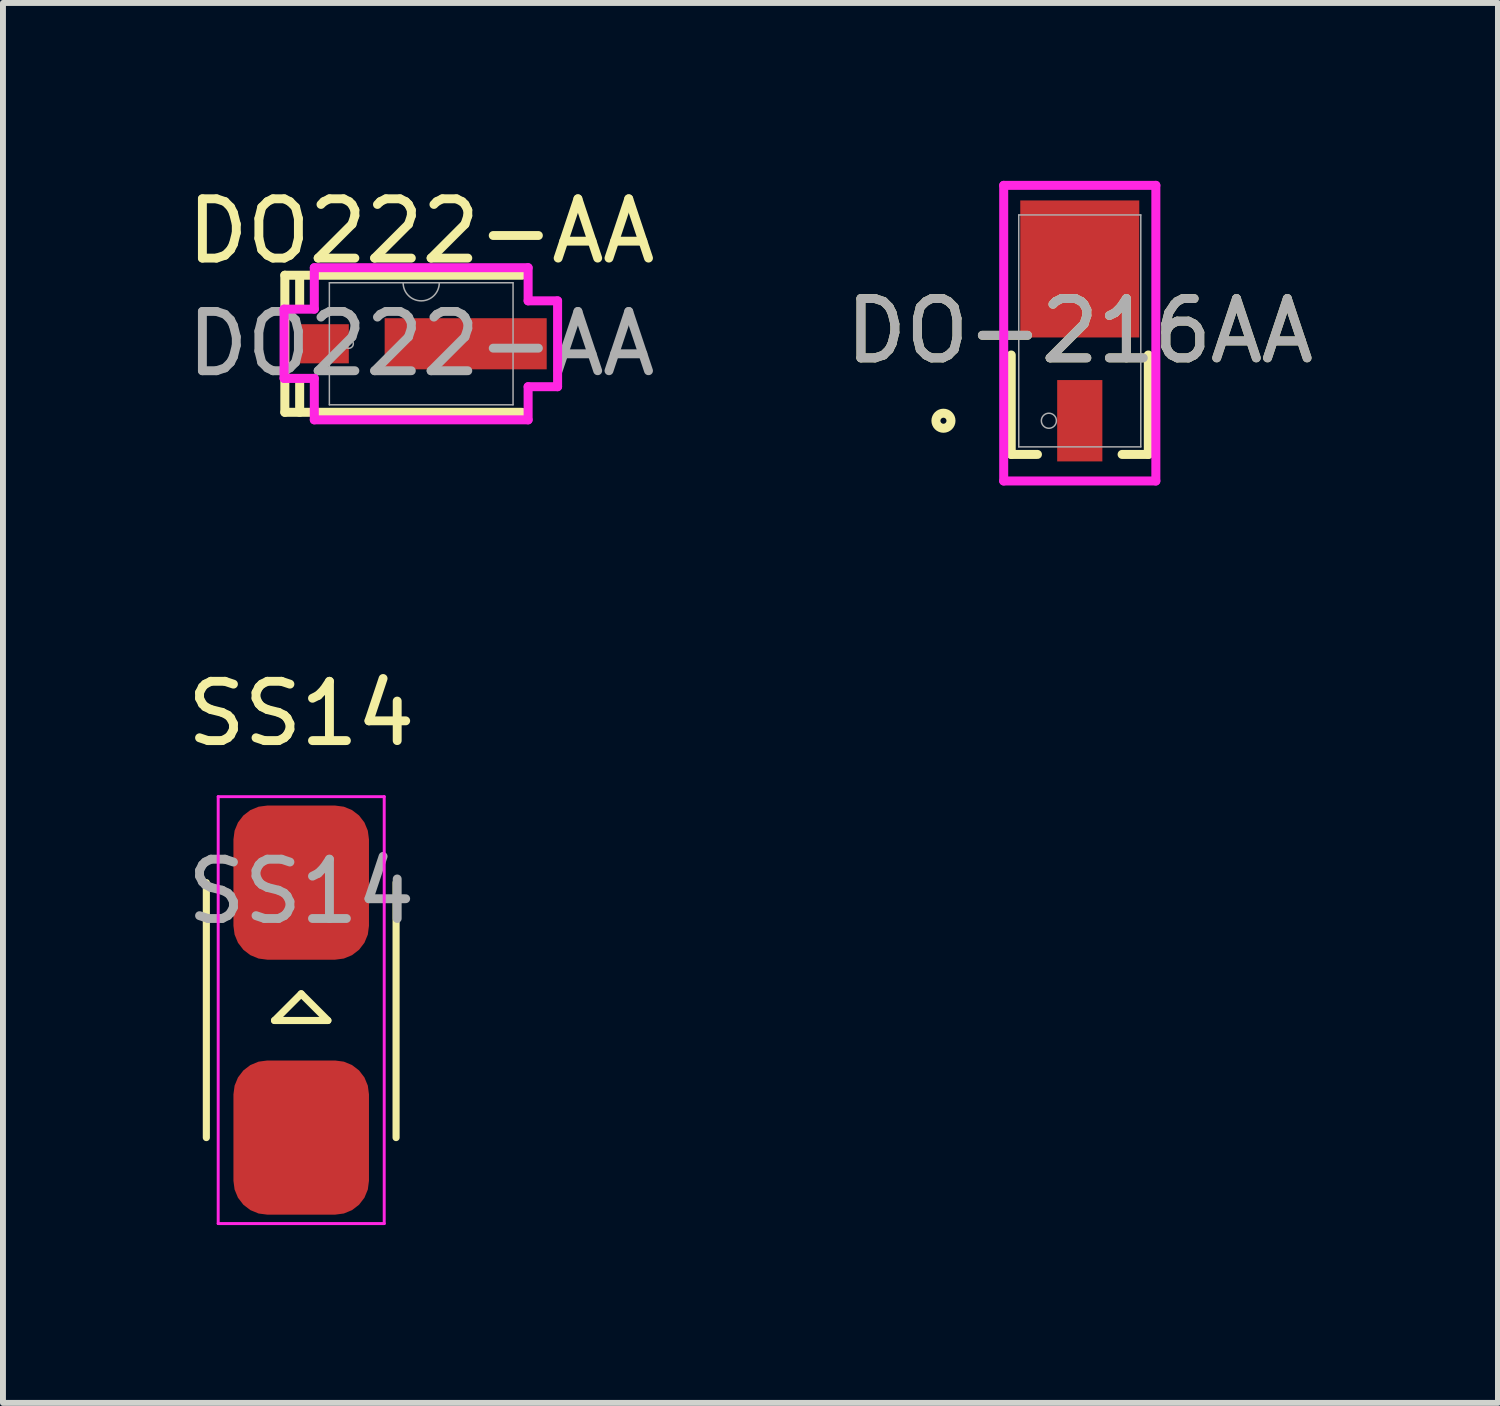
<source format=kicad_pcb>
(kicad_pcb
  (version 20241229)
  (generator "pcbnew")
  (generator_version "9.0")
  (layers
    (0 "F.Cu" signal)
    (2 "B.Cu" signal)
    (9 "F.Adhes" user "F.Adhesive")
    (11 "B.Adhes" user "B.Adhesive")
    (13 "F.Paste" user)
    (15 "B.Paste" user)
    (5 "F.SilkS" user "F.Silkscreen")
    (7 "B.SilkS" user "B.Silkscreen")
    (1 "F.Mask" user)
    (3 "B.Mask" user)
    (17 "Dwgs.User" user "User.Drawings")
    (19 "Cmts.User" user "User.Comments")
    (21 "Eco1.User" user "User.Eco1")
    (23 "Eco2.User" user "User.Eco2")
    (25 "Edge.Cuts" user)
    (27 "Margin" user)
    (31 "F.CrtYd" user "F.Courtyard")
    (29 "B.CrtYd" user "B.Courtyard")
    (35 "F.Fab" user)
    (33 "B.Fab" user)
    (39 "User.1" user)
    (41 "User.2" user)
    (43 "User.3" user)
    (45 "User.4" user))
  (footprint "DO222-AA"
    (layer "F.Cu")
    (at 4.054 2.748)
    (property "Reference" "DO222-AA" (at 0 -1.9 0) (unlocked yes) (layer "F.SilkS") (effects (font (size 1 1) (thickness 0.15))))
    (attr smd)
    (fp_line (start -2.3 -1.156) (end 1.7 -1.156) (stroke (width 0.152) (type solid)) (layer "F.SilkS"))
    (fp_line (start -2.3 1.156) (end -2.3 -1.156) (stroke (width 0.152) (type solid)) (layer "F.SilkS"))
    (fp_line (start -2.05 -0.657) (end -2.05 -1.15) (stroke (width 0.152) (type solid)) (layer "F.SilkS"))
    (fp_line (start -2.05 1.156) (end -2.05 0.663) (stroke (width 0.152) (type solid)) (layer "F.SilkS"))
    (fp_line (start 1.7 1.156) (end -2.3 1.156) (stroke (width 0.152) (type solid)) (layer "F.SilkS"))
    (fp_line (start -2.313 -0.584) (end -2.313 0.584) (stroke (width 0.152) (type solid)) (layer "F.CrtYd"))
    (fp_line (start -2.313 0.584) (end -1.803 0.584) (stroke (width 0.152) (type solid)) (layer "F.CrtYd"))
    (fp_line (start -1.803 -1.283) (end -1.803 -0.584) (stroke (width 0.152) (type solid)) (layer "F.CrtYd"))
    (fp_line (start -1.803 -0.584) (end -2.313 -0.584) (stroke (width 0.152) (type solid)) (layer "F.CrtYd"))
    (fp_line (start -1.803 0.584) (end -1.803 1.283) (stroke (width 0.152) (type solid)) (layer "F.CrtYd"))
    (fp_line (start -1.803 1.283) (end 1.803 1.283) (stroke (width 0.152) (type solid)) (layer "F.CrtYd"))
    (fp_line (start 1.803 -1.283) (end -1.803 -1.283) (stroke (width 0.152) (type solid)) (layer "F.CrtYd"))
    (fp_line (start 1.803 -0.724) (end 1.803 -1.283) (stroke (width 0.152) (type solid)) (layer "F.CrtYd"))
    (fp_line (start 1.803 0.724) (end 2.3 0.724) (stroke (width 0.152) (type solid)) (layer "F.CrtYd"))
    (fp_line (start 1.803 1.283) (end 1.803 0.724) (stroke (width 0.152) (type solid)) (layer "F.CrtYd"))
    (fp_line (start 2.3 -0.724) (end 1.803 -0.724) (stroke (width 0.152) (type solid)) (layer "F.CrtYd"))
    (fp_line (start 2.3 0.724) (end 2.3 -0.724) (stroke (width 0.152) (type solid)) (layer "F.CrtYd"))
    (fp_line (start -1.549 -1.029) (end -1.549 1.029) (stroke (width 0.025) (type solid)) (layer "F.Fab"))
    (fp_line (start -1.549 1.029) (end 1.549 1.029) (stroke (width 0.025) (type solid)) (layer "F.Fab"))
    (fp_line (start 1.549 -1.029) (end -1.549 -1.029) (stroke (width 0.025) (type solid)) (layer "F.Fab"))
    (fp_line (start 1.549 1.029) (end 1.549 -1.029) (stroke (width 0.025) (type solid)) (layer "F.Fab"))
    (fp_arc (start 0.3048 -1.0287) (mid 0 -0.7239) (end -0.3048 -1.0287) (stroke (width 0.0254) (type solid)) (layer "F.Fab"))
    (fp_circle (center -1.221 0) (end -1.145 0) (stroke (width 0.025) (type solid)) (fill no) (layer "F.Fab"))
    (fp_text user "${REFERENCE}" (at 0 0 0) (unlocked yes) (layer "F.Fab") (effects (font (size 1 1) (thickness 0.15))))
    (pad "1" smd rect (at -1.64 0) (size 0.838 0.66) (layers "F.Cu" "F.Mask" "F.Paste"))
    (pad "2" smd custom (at 0.75 0) (size 2.733 0.862) (layers "F.Cu" "F.Mask" "F.Paste") (options (anchor rect)) (primitives)))
  (footprint "DO-216AA"
    (layer "F.Cu")
    (at 15.161 2.531)
    (property "Reference" "DO-216AA" (at 0 0 0) (unlocked yes) (layer "F.SilkS") (effects (font (size 1 1) (thickness 0.15))))
    (attr smd)
    (fp_line (start -1.156 0.406) (end -1.156 2.083) (stroke (width 0.152) (type solid)) (layer "F.SilkS"))
    (fp_line (start -1.156 2.083) (end -0.714 2.083) (stroke (width 0.152) (type solid)) (layer "F.SilkS"))
    (fp_line (start 0.714 2.083) (end 1.156 2.083) (stroke (width 0.152) (type solid)) (layer "F.SilkS"))
    (fp_line (start 1.156 2.083) (end 1.156 0.406) (stroke (width 0.152) (type solid)) (layer "F.SilkS"))
    (fp_circle (center -2.299 1.515) (end -2.172 1.515) (stroke (width 0.152) (type solid)) (fill no) (layer "F.SilkS"))
    (fp_line (start -1.283 -2.455) (end 1.283 -2.455) (stroke (width 0.152) (type solid)) (layer "F.CrtYd"))
    (fp_line (start -1.283 2.531) (end -1.283 -2.455) (stroke (width 0.152) (type solid)) (layer "F.CrtYd"))
    (fp_line (start 1.283 -2.455) (end 1.283 2.531) (stroke (width 0.152) (type solid)) (layer "F.CrtYd"))
    (fp_line (start 1.283 2.531) (end -1.283 2.531) (stroke (width 0.152) (type solid)) (layer "F.CrtYd"))
    (fp_line (start -1.029 -1.956) (end -1.029 1.956) (stroke (width 0.025) (type solid)) (layer "F.Fab"))
    (fp_line (start -1.029 1.956) (end 1.029 1.956) (stroke (width 0.025) (type solid)) (layer "F.Fab"))
    (fp_line (start 1.029 -1.956) (end -1.029 -1.956) (stroke (width 0.025) (type solid)) (layer "F.Fab"))
    (fp_line (start 1.029 1.956) (end 1.029 -1.956) (stroke (width 0.025) (type solid)) (layer "F.Fab"))
    (fp_circle (center -0.521 1.515) (end -0.394 1.515) (stroke (width 0.025) (type solid)) (fill no) (layer "F.Fab"))
    (fp_text user "${REFERENCE}" (at 0 0 0) (unlocked yes) (layer "F.Fab") (effects (font (size 1 1) (thickness 0.15))))
    (pad "1" smd rect (at 0 1.515) (size 0.762 1.372) (layers "F.Cu" "F.Mask" "F.Paste"))
    (pad "2" smd rect (at 0 -1.045) (size 2.007 2.311) (layers "F.Cu" "F.Mask" "F.Paste")))
  (footprint "SS14"
    (layer "F.Cu")
    (at 2.03 13.986)
    (property "Reference" "SS14" (at 0 -5 0) (unlocked yes) (layer "F.SilkS") (effects (font (size 1 1) (thickness 0.15))))
    (attr smd)
    (fp_line (start -1.6 -2.15) (end -1.6 2.15) (stroke (width 0.12) (type default)) (layer "F.SilkS"))
    (fp_line (start 0 -0.275) (end -0.45 0.175) (stroke (width 0.12) (type default)) (layer "F.SilkS"))
    (fp_line (start 0 -0.275) (end 0.45 0.175) (stroke (width 0.12) (type default)) (layer "F.SilkS"))
    (fp_line (start 0.45 0.175) (end -0.45 0.175) (stroke (width 0.12) (type default)) (layer "F.SilkS"))
    (fp_line (start 1.6 -2.15) (end 1.6 2.15) (stroke (width 0.12) (type default)) (layer "F.SilkS"))
    (fp_line (start -1.4 -3.6) (end -1.4 3.6) (stroke (width 0.05) (type default)) (layer "F.CrtYd"))
    (fp_line (start -1.4 3.6) (end 1.4 3.6) (stroke (width 0.05) (type default)) (layer "F.CrtYd"))
    (fp_line (start 1.4 -3.6) (end -1.4 -3.6) (stroke (width 0.05) (type default)) (layer "F.CrtYd"))
    (fp_line (start 1.4 3.6) (end 1.4 -3.6) (stroke (width 0.05) (type default)) (layer "F.CrtYd"))
    (fp_text user "${REFERENCE}" (at 0 -2 0) (unlocked yes) (layer "F.Fab") (effects (font (size 1 1) (thickness 0.15))))
    (pad "1" smd roundrect (at 0 -2.15) (size 2.286 2.6) (layers "F.Cu" "F.Mask" "F.Paste") (roundrect_rratio 0.25))
    (pad "2" smd roundrect (at 0 2.15) (size 2.286 2.6) (layers "F.Cu" "F.Mask" "F.Paste") (roundrect_rratio 0.25)))
  (gr_rect
    (start -3 -3)
    (end 22.214 20.611)
    (stroke (width 0.1) (type default))
    (fill no)
    (layer "Edge.Cuts")))
</source>
